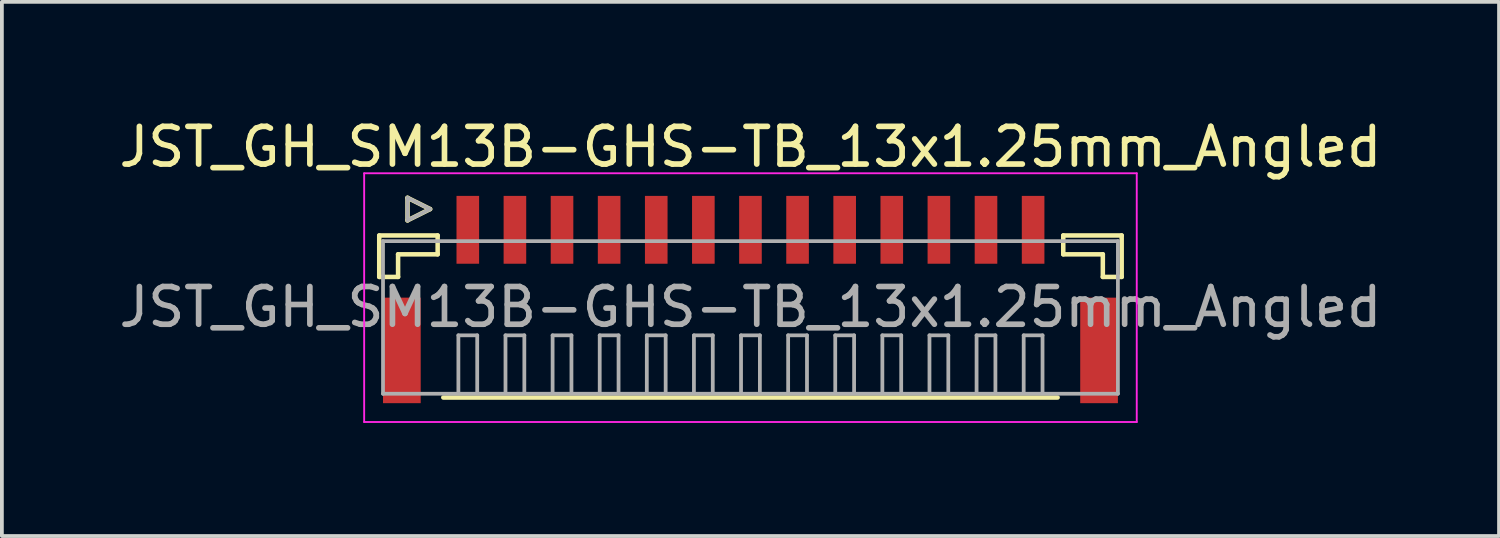
<source format=kicad_pcb>
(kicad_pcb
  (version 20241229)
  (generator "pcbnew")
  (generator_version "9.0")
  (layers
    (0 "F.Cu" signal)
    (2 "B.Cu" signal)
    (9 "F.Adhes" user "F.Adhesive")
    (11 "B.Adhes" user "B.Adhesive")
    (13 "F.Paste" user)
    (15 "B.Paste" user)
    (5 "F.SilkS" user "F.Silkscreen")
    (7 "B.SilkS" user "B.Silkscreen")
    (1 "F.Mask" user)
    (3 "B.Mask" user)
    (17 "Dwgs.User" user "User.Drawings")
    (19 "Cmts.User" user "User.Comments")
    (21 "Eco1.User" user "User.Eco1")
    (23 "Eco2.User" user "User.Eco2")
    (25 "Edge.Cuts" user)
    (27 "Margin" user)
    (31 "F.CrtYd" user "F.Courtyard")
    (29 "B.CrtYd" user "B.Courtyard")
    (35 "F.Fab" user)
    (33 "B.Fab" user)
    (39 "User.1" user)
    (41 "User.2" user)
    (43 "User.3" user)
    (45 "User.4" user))
  (footprint "JST_GH_SM13B-GHS-TB_13x1.25mm_Angled"
    (layer "F.Cu")
    (at 16.863 4.648)
    (property "Reference" "JST_GH_SM13B-GHS-TB_13x1.25mm_Angled" (at 0 -3.8 0) (layer "F.SilkS") (effects (font (size 1 1) (thickness 0.15))))
    (attr smd)
    (fp_line (start -9.85 -1.45) (end -8.3 -1.45) (stroke (width 0.12) (type solid)) (layer "F.SilkS"))
    (fp_line (start -9.85 -0.35) (end -9.85 -1.45) (stroke (width 0.12) (type solid)) (layer "F.SilkS"))
    (fp_line (start -9.35 -0.95) (end -9.35 -0.35) (stroke (width 0.12) (type solid)) (layer "F.SilkS"))
    (fp_line (start -9.35 -0.35) (end -9.85 -0.35) (stroke (width 0.12) (type solid)) (layer "F.SilkS"))
    (fp_line (start -9.1 -2.45) (end -9.1 -1.85) (stroke (width 0.12) (type solid)) (layer "F.SilkS"))
    (fp_line (start -9.1 -1.85) (end -8.5 -2.15) (stroke (width 0.12) (type solid)) (layer "F.SilkS"))
    (fp_line (start -8.5 -2.15) (end -9.1 -2.45) (stroke (width 0.12) (type solid)) (layer "F.SilkS"))
    (fp_line (start -8.3 -1.45) (end -8.3 -0.95) (stroke (width 0.12) (type solid)) (layer "F.SilkS"))
    (fp_line (start -8.3 -0.95) (end -9.35 -0.95) (stroke (width 0.12) (type solid)) (layer "F.SilkS"))
    (fp_line (start -8.15 2.85) (end 8.15 2.85) (stroke (width 0.12) (type solid)) (layer "F.SilkS"))
    (fp_line (start 8.3 -1.45) (end 8.3 -0.95) (stroke (width 0.12) (type solid)) (layer "F.SilkS"))
    (fp_line (start 8.3 -0.95) (end 9.35 -0.95) (stroke (width 0.12) (type solid)) (layer "F.SilkS"))
    (fp_line (start 9.35 -0.95) (end 9.35 -0.35) (stroke (width 0.12) (type solid)) (layer "F.SilkS"))
    (fp_line (start 9.35 -0.35) (end 9.85 -0.35) (stroke (width 0.12) (type solid)) (layer "F.SilkS"))
    (fp_line (start 9.85 -1.45) (end 8.3 -1.45) (stroke (width 0.12) (type solid)) (layer "F.SilkS"))
    (fp_line (start 9.85 -0.35) (end 9.85 -1.45) (stroke (width 0.12) (type solid)) (layer "F.SilkS"))
    (fp_line (start -10.25 -3.1) (end -10.25 3.5) (stroke (width 0.05) (type solid)) (layer "F.CrtYd"))
    (fp_line (start -10.25 3.5) (end 10.25 3.5) (stroke (width 0.05) (type solid)) (layer "F.CrtYd"))
    (fp_line (start 10.25 -3.1) (end -10.25 -3.1) (stroke (width 0.05) (type solid)) (layer "F.CrtYd"))
    (fp_line (start 10.25 3.5) (end 10.25 -3.1) (stroke (width 0.05) (type solid)) (layer "F.CrtYd"))
    (fp_line (start -9.75 -1.3) (end -9.75 2.75) (stroke (width 0.1) (type solid)) (layer "F.Fab"))
    (fp_line (start -9.75 2.75) (end 9.75 2.75) (stroke (width 0.1) (type solid)) (layer "F.Fab"))
    (fp_line (start -9.1 -2.45) (end -9.1 -1.85) (stroke (width 0.1) (type solid)) (layer "F.Fab"))
    (fp_line (start -9.1 -1.85) (end -8.5 -2.15) (stroke (width 0.1) (type solid)) (layer "F.Fab"))
    (fp_line (start -8.5 -2.15) (end -9.1 -2.45) (stroke (width 0.1) (type solid)) (layer "F.Fab"))
    (fp_line (start -7.75 1.2) (end -7.25 1.2) (stroke (width 0.1) (type solid)) (layer "F.Fab"))
    (fp_line (start -7.75 2.7) (end -7.75 1.2) (stroke (width 0.1) (type solid)) (layer "F.Fab"))
    (fp_line (start -7.25 1.2) (end -7.25 2.7) (stroke (width 0.1) (type solid)) (layer "F.Fab"))
    (fp_line (start -6.5 1.2) (end -6 1.2) (stroke (width 0.1) (type solid)) (layer "F.Fab"))
    (fp_line (start -6.5 2.7) (end -6.5 1.2) (stroke (width 0.1) (type solid)) (layer "F.Fab"))
    (fp_line (start -6 1.2) (end -6 2.7) (stroke (width 0.1) (type solid)) (layer "F.Fab"))
    (fp_line (start -5.25 1.2) (end -4.75 1.2) (stroke (width 0.1) (type solid)) (layer "F.Fab"))
    (fp_line (start -5.25 2.7) (end -5.25 1.2) (stroke (width 0.1) (type solid)) (layer "F.Fab"))
    (fp_line (start -4.75 1.2) (end -4.75 2.7) (stroke (width 0.1) (type solid)) (layer "F.Fab"))
    (fp_line (start -4 1.2) (end -3.5 1.2) (stroke (width 0.1) (type solid)) (layer "F.Fab"))
    (fp_line (start -4 2.7) (end -4 1.2) (stroke (width 0.1) (type solid)) (layer "F.Fab"))
    (fp_line (start -3.5 1.2) (end -3.5 2.7) (stroke (width 0.1) (type solid)) (layer "F.Fab"))
    (fp_line (start -2.75 1.2) (end -2.25 1.2) (stroke (width 0.1) (type solid)) (layer "F.Fab"))
    (fp_line (start -2.75 2.7) (end -2.75 1.2) (stroke (width 0.1) (type solid)) (layer "F.Fab"))
    (fp_line (start -2.25 1.2) (end -2.25 2.7) (stroke (width 0.1) (type solid)) (layer "F.Fab"))
    (fp_line (start -1.5 1.2) (end -1 1.2) (stroke (width 0.1) (type solid)) (layer "F.Fab"))
    (fp_line (start -1.5 2.7) (end -1.5 1.2) (stroke (width 0.1) (type solid)) (layer "F.Fab"))
    (fp_line (start -1 1.2) (end -1 2.7) (stroke (width 0.1) (type solid)) (layer "F.Fab"))
    (fp_line (start -0.25 1.2) (end 0.25 1.2) (stroke (width 0.1) (type solid)) (layer "F.Fab"))
    (fp_line (start -0.25 2.7) (end -0.25 1.2) (stroke (width 0.1) (type solid)) (layer "F.Fab"))
    (fp_line (start 0.25 1.2) (end 0.25 2.7) (stroke (width 0.1) (type solid)) (layer "F.Fab"))
    (fp_line (start 1 1.2) (end 1.5 1.2) (stroke (width 0.1) (type solid)) (layer "F.Fab"))
    (fp_line (start 1 2.7) (end 1 1.2) (stroke (width 0.1) (type solid)) (layer "F.Fab"))
    (fp_line (start 1.5 1.2) (end 1.5 2.7) (stroke (width 0.1) (type solid)) (layer "F.Fab"))
    (fp_line (start 2.25 1.2) (end 2.75 1.2) (stroke (width 0.1) (type solid)) (layer "F.Fab"))
    (fp_line (start 2.25 2.7) (end 2.25 1.2) (stroke (width 0.1) (type solid)) (layer "F.Fab"))
    (fp_line (start 2.75 1.2) (end 2.75 2.7) (stroke (width 0.1) (type solid)) (layer "F.Fab"))
    (fp_line (start 3.5 1.2) (end 4 1.2) (stroke (width 0.1) (type solid)) (layer "F.Fab"))
    (fp_line (start 3.5 2.7) (end 3.5 1.2) (stroke (width 0.1) (type solid)) (layer "F.Fab"))
    (fp_line (start 4 1.2) (end 4 2.7) (stroke (width 0.1) (type solid)) (layer "F.Fab"))
    (fp_line (start 4.75 1.2) (end 5.25 1.2) (stroke (width 0.1) (type solid)) (layer "F.Fab"))
    (fp_line (start 4.75 2.7) (end 4.75 1.2) (stroke (width 0.1) (type solid)) (layer "F.Fab"))
    (fp_line (start 5.25 1.2) (end 5.25 2.7) (stroke (width 0.1) (type solid)) (layer "F.Fab"))
    (fp_line (start 6 1.2) (end 6.5 1.2) (stroke (width 0.1) (type solid)) (layer "F.Fab"))
    (fp_line (start 6 2.7) (end 6 1.2) (stroke (width 0.1) (type solid)) (layer "F.Fab"))
    (fp_line (start 6.5 1.2) (end 6.5 2.7) (stroke (width 0.1) (type solid)) (layer "F.Fab"))
    (fp_line (start 7.25 1.2) (end 7.75 1.2) (stroke (width 0.1) (type solid)) (layer "F.Fab"))
    (fp_line (start 7.25 2.7) (end 7.25 1.2) (stroke (width 0.1) (type solid)) (layer "F.Fab"))
    (fp_line (start 7.75 1.2) (end 7.75 2.7) (stroke (width 0.1) (type solid)) (layer "F.Fab"))
    (fp_line (start 9.75 -1.3) (end -9.75 -1.3) (stroke (width 0.1) (type solid)) (layer "F.Fab"))
    (fp_line (start 9.75 2.75) (end 9.75 -1.3) (stroke (width 0.1) (type solid)) (layer "F.Fab"))
    (fp_text user "${REFERENCE}" (at 0 0.45 0) (layer "F.Fab") (effects (font (size 1 1) (thickness 0.15))))
    (pad "" smd rect (at -9.25 1.6) (size 1 2.8) (layers "F.Cu" "F.Mask" "F.Paste"))
    (pad "" smd rect (at 9.25 1.6) (size 1 2.8) (layers "F.Cu" "F.Mask" "F.Paste"))
    (pad "1" smd rect (at -7.5 -1.6) (size 0.6 1.8) (layers "F.Cu" "F.Mask" "F.Paste"))
    (pad "2" smd rect (at -6.25 -1.6) (size 0.6 1.8) (layers "F.Cu" "F.Mask" "F.Paste"))
    (pad "3" smd rect (at -5 -1.6) (size 0.6 1.8) (layers "F.Cu" "F.Mask" "F.Paste"))
    (pad "4" smd rect (at -3.75 -1.6) (size 0.6 1.8) (layers "F.Cu" "F.Mask" "F.Paste"))
    (pad "5" smd rect (at -2.5 -1.6) (size 0.6 1.8) (layers "F.Cu" "F.Mask" "F.Paste"))
    (pad "6" smd rect (at -1.25 -1.6) (size 0.6 1.8) (layers "F.Cu" "F.Mask" "F.Paste"))
    (pad "7" smd rect (at 0 -1.6) (size 0.6 1.8) (layers "F.Cu" "F.Mask" "F.Paste"))
    (pad "8" smd rect (at 1.25 -1.6) (size 0.6 1.8) (layers "F.Cu" "F.Mask" "F.Paste"))
    (pad "9" smd rect (at 2.5 -1.6) (size 0.6 1.8) (layers "F.Cu" "F.Mask" "F.Paste"))
    (pad "10" smd rect (at 3.75 -1.6) (size 0.6 1.8) (layers "F.Cu" "F.Mask" "F.Paste"))
    (pad "11" smd rect (at 5 -1.6) (size 0.6 1.8) (layers "F.Cu" "F.Mask" "F.Paste"))
    (pad "12" smd rect (at 6.25 -1.6) (size 0.6 1.8) (layers "F.Cu" "F.Mask" "F.Paste"))
    (pad "13" smd rect (at 7.5 -1.6) (size 0.6 1.8) (layers "F.Cu" "F.Mask" "F.Paste")))
  (gr_rect
    (start -3 -3)
    (end 36.726 11.173)
    (stroke (width 0.1) (type default))
    (fill no)
    (layer "Edge.Cuts")))
</source>
